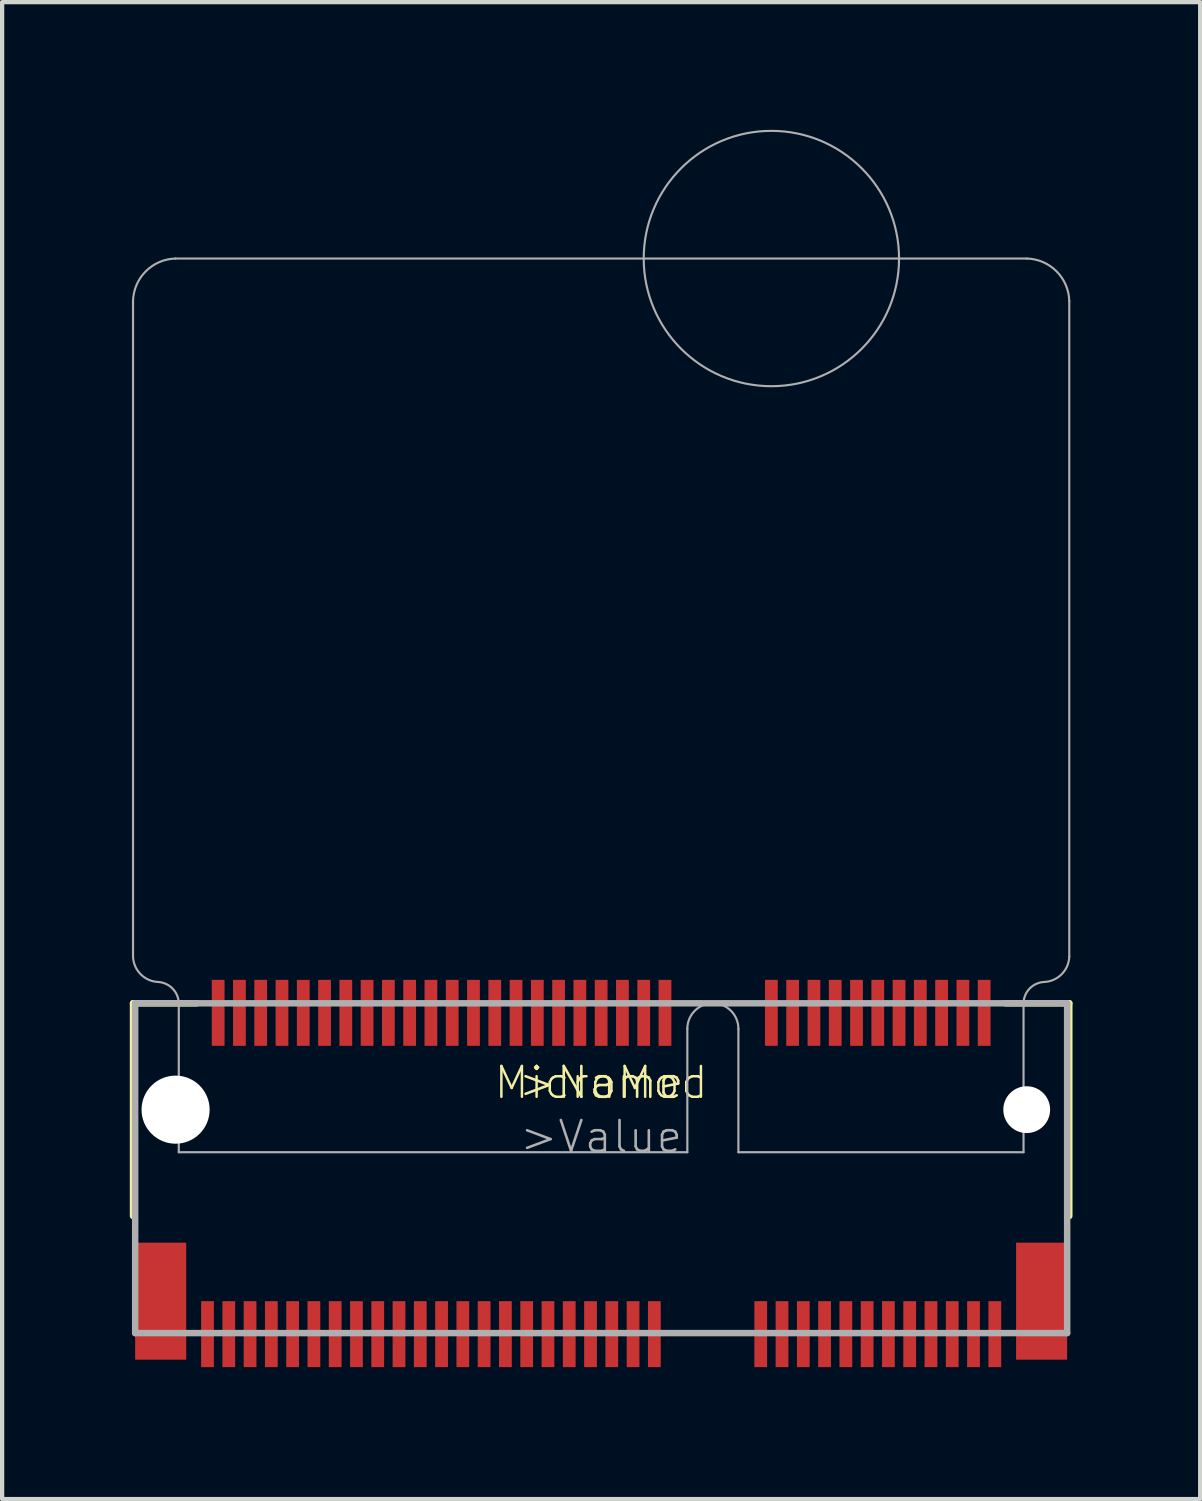
<source format=kicad_pcb>
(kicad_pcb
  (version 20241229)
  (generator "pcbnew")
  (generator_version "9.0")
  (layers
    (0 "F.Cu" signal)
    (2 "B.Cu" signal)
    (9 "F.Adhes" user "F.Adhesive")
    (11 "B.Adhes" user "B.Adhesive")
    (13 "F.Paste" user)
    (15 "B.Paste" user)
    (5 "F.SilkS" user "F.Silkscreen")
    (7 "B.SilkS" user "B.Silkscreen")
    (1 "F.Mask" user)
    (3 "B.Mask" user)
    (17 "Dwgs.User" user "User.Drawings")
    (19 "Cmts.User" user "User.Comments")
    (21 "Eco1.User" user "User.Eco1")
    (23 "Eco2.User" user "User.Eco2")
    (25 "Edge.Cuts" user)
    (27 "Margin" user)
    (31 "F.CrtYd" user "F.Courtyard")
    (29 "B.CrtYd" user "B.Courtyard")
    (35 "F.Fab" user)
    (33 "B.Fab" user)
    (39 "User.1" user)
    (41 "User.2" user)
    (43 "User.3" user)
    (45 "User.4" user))
  (footprint "MicroMod"
    (layer "F.Cu")
    (at 11.076 23.025)
    (property "Reference" "MicroMod" (at 0 -0.635 180) (layer "F.SilkS") (effects (font (size 0.724 0.724) (thickness 0.058))))
    (attr through_hole)
    (fp_line (start -11 2.5) (end -11 -2.5) (stroke (width 0.152) (type solid)) (layer "F.SilkS"))
    (fp_line (start -9.5 -2.5) (end -11 -2.5) (stroke (width 0.152) (type solid)) (layer "F.SilkS"))
    (fp_line (start 11 -2.5) (end 9.5 -2.5) (stroke (width 0.152) (type solid)) (layer "F.SilkS"))
    (fp_line (start 11 2.5) (end 11 -2.5) (stroke (width 0.152) (type solid)) (layer "F.SilkS"))
    (fp_poly (pts (xy -9.4 6.15) (xy -9.1 6.15) (xy -9.1 4.4) (xy -9.4 4.4)) (stroke (width 0) (type solid)) (fill yes) (layer "F.Paste"))
    (fp_poly (pts (xy -9.15 -1.4) (xy -8.85 -1.4) (xy -8.85 -3.15) (xy -9.15 -3.15)) (stroke (width 0) (type solid)) (fill yes) (layer "F.Paste"))
    (fp_poly (pts (xy -8.9 6.15) (xy -8.6 6.15) (xy -8.6 4.4) (xy -8.9 4.4)) (stroke (width 0) (type solid)) (fill yes) (layer "F.Paste"))
    (fp_poly (pts (xy -8.65 -1.4) (xy -8.35 -1.4) (xy -8.35 -3.15) (xy -8.65 -3.15)) (stroke (width 0) (type solid)) (fill yes) (layer "F.Paste"))
    (fp_poly (pts (xy -8.4 6.15) (xy -8.1 6.15) (xy -8.1 4.4) (xy -8.4 4.4)) (stroke (width 0) (type solid)) (fill yes) (layer "F.Paste"))
    (fp_poly (pts (xy -8.15 -1.4) (xy -7.85 -1.4) (xy -7.85 -3.15) (xy -8.15 -3.15)) (stroke (width 0) (type solid)) (fill yes) (layer "F.Paste"))
    (fp_poly (pts (xy -7.9 6.15) (xy -7.6 6.15) (xy -7.6 4.4) (xy -7.9 4.4)) (stroke (width 0) (type solid)) (fill yes) (layer "F.Paste"))
    (fp_poly (pts (xy -7.65 -1.4) (xy -7.35 -1.4) (xy -7.35 -3.15) (xy -7.65 -3.15)) (stroke (width 0) (type solid)) (fill yes) (layer "F.Paste"))
    (fp_poly (pts (xy -7.4 6.15) (xy -7.1 6.15) (xy -7.1 4.4) (xy -7.4 4.4)) (stroke (width 0) (type solid)) (fill yes) (layer "F.Paste"))
    (fp_poly (pts (xy -7.15 -1.4) (xy -6.85 -1.4) (xy -6.85 -3.15) (xy -7.15 -3.15)) (stroke (width 0) (type solid)) (fill yes) (layer "F.Paste"))
    (fp_poly (pts (xy -6.9 6.15) (xy -6.6 6.15) (xy -6.6 4.4) (xy -6.9 4.4)) (stroke (width 0) (type solid)) (fill yes) (layer "F.Paste"))
    (fp_poly (pts (xy -6.65 -1.4) (xy -6.35 -1.4) (xy -6.35 -3.15) (xy -6.65 -3.15)) (stroke (width 0) (type solid)) (fill yes) (layer "F.Paste"))
    (fp_poly (pts (xy -6.4 6.15) (xy -6.1 6.15) (xy -6.1 4.4) (xy -6.4 4.4)) (stroke (width 0) (type solid)) (fill yes) (layer "F.Paste"))
    (fp_poly (pts (xy -6.15 -1.4) (xy -5.85 -1.4) (xy -5.85 -3.15) (xy -6.15 -3.15)) (stroke (width 0) (type solid)) (fill yes) (layer "F.Paste"))
    (fp_poly (pts (xy -5.9 6.15) (xy -5.6 6.15) (xy -5.6 4.4) (xy -5.9 4.4)) (stroke (width 0) (type solid)) (fill yes) (layer "F.Paste"))
    (fp_poly (pts (xy -5.65 -1.4) (xy -5.35 -1.4) (xy -5.35 -3.15) (xy -5.65 -3.15)) (stroke (width 0) (type solid)) (fill yes) (layer "F.Paste"))
    (fp_poly (pts (xy -5.4 6.15) (xy -5.1 6.15) (xy -5.1 4.4) (xy -5.4 4.4)) (stroke (width 0) (type solid)) (fill yes) (layer "F.Paste"))
    (fp_poly (pts (xy -5.15 -1.4) (xy -4.85 -1.4) (xy -4.85 -3.15) (xy -5.15 -3.15)) (stroke (width 0) (type solid)) (fill yes) (layer "F.Paste"))
    (fp_poly (pts (xy -4.9 6.15) (xy -4.6 6.15) (xy -4.6 4.4) (xy -4.9 4.4)) (stroke (width 0) (type solid)) (fill yes) (layer "F.Paste"))
    (fp_poly (pts (xy -4.65 -1.4) (xy -4.35 -1.4) (xy -4.35 -3.15) (xy -4.65 -3.15)) (stroke (width 0) (type solid)) (fill yes) (layer "F.Paste"))
    (fp_poly (pts (xy -4.4 6.15) (xy -4.1 6.15) (xy -4.1 4.4) (xy -4.4 4.4)) (stroke (width 0) (type solid)) (fill yes) (layer "F.Paste"))
    (fp_poly (pts (xy -4.15 -1.4) (xy -3.85 -1.4) (xy -3.85 -3.15) (xy -4.15 -3.15)) (stroke (width 0) (type solid)) (fill yes) (layer "F.Paste"))
    (fp_poly (pts (xy -3.9 6.15) (xy -3.6 6.15) (xy -3.6 4.4) (xy -3.9 4.4)) (stroke (width 0) (type solid)) (fill yes) (layer "F.Paste"))
    (fp_poly (pts (xy -3.65 -1.4) (xy -3.35 -1.4) (xy -3.35 -3.15) (xy -3.65 -3.15)) (stroke (width 0) (type solid)) (fill yes) (layer "F.Paste"))
    (fp_poly (pts (xy -3.4 6.15) (xy -3.1 6.15) (xy -3.1 4.4) (xy -3.4 4.4)) (stroke (width 0) (type solid)) (fill yes) (layer "F.Paste"))
    (fp_poly (pts (xy -3.15 -1.4) (xy -2.85 -1.4) (xy -2.85 -3.15) (xy -3.15 -3.15)) (stroke (width 0) (type solid)) (fill yes) (layer "F.Paste"))
    (fp_poly (pts (xy -2.9 6.15) (xy -2.6 6.15) (xy -2.6 4.4) (xy -2.9 4.4)) (stroke (width 0) (type solid)) (fill yes) (layer "F.Paste"))
    (fp_poly (pts (xy -2.65 -1.4) (xy -2.35 -1.4) (xy -2.35 -3.15) (xy -2.65 -3.15)) (stroke (width 0) (type solid)) (fill yes) (layer "F.Paste"))
    (fp_poly (pts (xy -2.4 6.15) (xy -2.1 6.15) (xy -2.1 4.4) (xy -2.4 4.4)) (stroke (width 0) (type solid)) (fill yes) (layer "F.Paste"))
    (fp_poly (pts (xy -2.15 -1.4) (xy -1.85 -1.4) (xy -1.85 -3.15) (xy -2.15 -3.15)) (stroke (width 0) (type solid)) (fill yes) (layer "F.Paste"))
    (fp_poly (pts (xy -1.9 6.15) (xy -1.6 6.15) (xy -1.6 4.4) (xy -1.9 4.4)) (stroke (width 0) (type solid)) (fill yes) (layer "F.Paste"))
    (fp_poly (pts (xy -1.65 -1.4) (xy -1.35 -1.4) (xy -1.35 -3.15) (xy -1.65 -3.15)) (stroke (width 0) (type solid)) (fill yes) (layer "F.Paste"))
    (fp_poly (pts (xy -1.4 6.15) (xy -1.1 6.15) (xy -1.1 4.4) (xy -1.4 4.4)) (stroke (width 0) (type solid)) (fill yes) (layer "F.Paste"))
    (fp_poly (pts (xy -1.15 -1.4) (xy -0.85 -1.4) (xy -0.85 -3.15) (xy -1.15 -3.15)) (stroke (width 0) (type solid)) (fill yes) (layer "F.Paste"))
    (fp_poly (pts (xy -0.9 6.15) (xy -0.6 6.15) (xy -0.6 4.4) (xy -0.9 4.4)) (stroke (width 0) (type solid)) (fill yes) (layer "F.Paste"))
    (fp_poly (pts (xy -0.65 -1.4) (xy -0.35 -1.4) (xy -0.35 -3.15) (xy -0.65 -3.15)) (stroke (width 0) (type solid)) (fill yes) (layer "F.Paste"))
    (fp_poly (pts (xy -0.4 6.15) (xy -0.1 6.15) (xy -0.1 4.4) (xy -0.4 4.4)) (stroke (width 0) (type solid)) (fill yes) (layer "F.Paste"))
    (fp_poly (pts (xy -0.15 -1.4) (xy 0.15 -1.4) (xy 0.15 -3.15) (xy -0.15 -3.15)) (stroke (width 0) (type solid)) (fill yes) (layer "F.Paste"))
    (fp_poly (pts (xy 0.1 6.15) (xy 0.4 6.15) (xy 0.4 4.4) (xy 0.1 4.4)) (stroke (width 0) (type solid)) (fill yes) (layer "F.Paste"))
    (fp_poly (pts (xy 0.35 -1.4) (xy 0.65 -1.4) (xy 0.65 -3.15) (xy 0.35 -3.15)) (stroke (width 0) (type solid)) (fill yes) (layer "F.Paste"))
    (fp_poly (pts (xy 0.6 6.15) (xy 0.9 6.15) (xy 0.9 4.4) (xy 0.6 4.4)) (stroke (width 0) (type solid)) (fill yes) (layer "F.Paste"))
    (fp_poly (pts (xy 0.85 -1.4) (xy 1.15 -1.4) (xy 1.15 -3.15) (xy 0.85 -3.15)) (stroke (width 0) (type solid)) (fill yes) (layer "F.Paste"))
    (fp_poly (pts (xy 1.1 6.15) (xy 1.4 6.15) (xy 1.4 4.4) (xy 1.1 4.4)) (stroke (width 0) (type solid)) (fill yes) (layer "F.Paste"))
    (fp_poly (pts (xy 1.35 -1.4) (xy 1.65 -1.4) (xy 1.65 -3.15) (xy 1.35 -3.15)) (stroke (width 0) (type solid)) (fill yes) (layer "F.Paste"))
    (fp_poly (pts (xy 3.6 6.15) (xy 3.9 6.15) (xy 3.9 4.4) (xy 3.6 4.4)) (stroke (width 0) (type solid)) (fill yes) (layer "F.Paste"))
    (fp_poly (pts (xy 3.85 -1.4) (xy 4.15 -1.4) (xy 4.15 -3.15) (xy 3.85 -3.15)) (stroke (width 0) (type solid)) (fill yes) (layer "F.Paste"))
    (fp_poly (pts (xy 4.1 6.15) (xy 4.4 6.15) (xy 4.4 4.4) (xy 4.1 4.4)) (stroke (width 0) (type solid)) (fill yes) (layer "F.Paste"))
    (fp_poly (pts (xy 4.35 -1.4) (xy 4.65 -1.4) (xy 4.65 -3.15) (xy 4.35 -3.15)) (stroke (width 0) (type solid)) (fill yes) (layer "F.Paste"))
    (fp_poly (pts (xy 4.6 6.15) (xy 4.9 6.15) (xy 4.9 4.4) (xy 4.6 4.4)) (stroke (width 0) (type solid)) (fill yes) (layer "F.Paste"))
    (fp_poly (pts (xy 4.85 -1.4) (xy 5.15 -1.4) (xy 5.15 -3.15) (xy 4.85 -3.15)) (stroke (width 0) (type solid)) (fill yes) (layer "F.Paste"))
    (fp_poly (pts (xy 5.1 6.15) (xy 5.4 6.15) (xy 5.4 4.4) (xy 5.1 4.4)) (stroke (width 0) (type solid)) (fill yes) (layer "F.Paste"))
    (fp_poly (pts (xy 5.35 -1.4) (xy 5.65 -1.4) (xy 5.65 -3.15) (xy 5.35 -3.15)) (stroke (width 0) (type solid)) (fill yes) (layer "F.Paste"))
    (fp_poly (pts (xy 5.6 6.15) (xy 5.9 6.15) (xy 5.9 4.4) (xy 5.6 4.4)) (stroke (width 0) (type solid)) (fill yes) (layer "F.Paste"))
    (fp_poly (pts (xy 5.85 -1.4) (xy 6.15 -1.4) (xy 6.15 -3.15) (xy 5.85 -3.15)) (stroke (width 0) (type solid)) (fill yes) (layer "F.Paste"))
    (fp_poly (pts (xy 6.1 6.15) (xy 6.4 6.15) (xy 6.4 4.4) (xy 6.1 4.4)) (stroke (width 0) (type solid)) (fill yes) (layer "F.Paste"))
    (fp_poly (pts (xy 6.35 -1.4) (xy 6.65 -1.4) (xy 6.65 -3.15) (xy 6.35 -3.15)) (stroke (width 0) (type solid)) (fill yes) (layer "F.Paste"))
    (fp_poly (pts (xy 6.6 6.15) (xy 6.9 6.15) (xy 6.9 4.4) (xy 6.6 4.4)) (stroke (width 0) (type solid)) (fill yes) (layer "F.Paste"))
    (fp_poly (pts (xy 6.85 -1.4) (xy 7.15 -1.4) (xy 7.15 -3.15) (xy 6.85 -3.15)) (stroke (width 0) (type solid)) (fill yes) (layer "F.Paste"))
    (fp_poly (pts (xy 7.1 6.15) (xy 7.4 6.15) (xy 7.4 4.4) (xy 7.1 4.4)) (stroke (width 0) (type solid)) (fill yes) (layer "F.Paste"))
    (fp_poly (pts (xy 7.35 -1.4) (xy 7.65 -1.4) (xy 7.65 -3.15) (xy 7.35 -3.15)) (stroke (width 0) (type solid)) (fill yes) (layer "F.Paste"))
    (fp_poly (pts (xy 7.6 6.15) (xy 7.9 6.15) (xy 7.9 4.4) (xy 7.6 4.4)) (stroke (width 0) (type solid)) (fill yes) (layer "F.Paste"))
    (fp_poly (pts (xy 7.85 -1.4) (xy 8.15 -1.4) (xy 8.15 -3.15) (xy 7.85 -3.15)) (stroke (width 0) (type solid)) (fill yes) (layer "F.Paste"))
    (fp_poly (pts (xy 8.1 6.15) (xy 8.4 6.15) (xy 8.4 4.4) (xy 8.1 4.4)) (stroke (width 0) (type solid)) (fill yes) (layer "F.Paste"))
    (fp_poly (pts (xy 8.35 -1.4) (xy 8.65 -1.4) (xy 8.65 -3.15) (xy 8.35 -3.15)) (stroke (width 0) (type solid)) (fill yes) (layer "F.Paste"))
    (fp_poly (pts (xy 8.6 6.15) (xy 8.9 6.15) (xy 8.9 4.4) (xy 8.6 4.4)) (stroke (width 0) (type solid)) (fill yes) (layer "F.Paste"))
    (fp_poly (pts (xy 8.85 -1.4) (xy 9.15 -1.4) (xy 9.15 -3.15) (xy 8.85 -3.15)) (stroke (width 0) (type solid)) (fill yes) (layer "F.Paste"))
    (fp_poly (pts (xy 9.1 6.15) (xy 9.4 6.15) (xy 9.4 4.4) (xy 9.1 4.4)) (stroke (width 0) (type solid)) (fill yes) (layer "F.Paste"))
    (fp_line (start -11 -19) (end -11 -3.6) (stroke (width 0.051) (type solid)) (layer "F.Fab"))
    (fp_line (start -10.95 -2.5) (end -10.95 5.25) (stroke (width 0.152) (type solid)) (layer "F.Fab"))
    (fp_line (start -10.95 5.25) (end 10.95 5.25) (stroke (width 0.152) (type solid)) (layer "F.Fab"))
    (fp_line (start -9.925 1) (end -9.925 -2.5) (stroke (width 0.051) (type solid)) (layer "F.Fab"))
    (fp_line (start 2.025 -1.9) (end 2.025 1) (stroke (width 0.051) (type solid)) (layer "F.Fab"))
    (fp_line (start 2.025 1) (end -9.925 1) (stroke (width 0.051) (type solid)) (layer "F.Fab"))
    (fp_line (start 3.225 -1.9) (end 3.225 1) (stroke (width 0.051) (type solid)) (layer "F.Fab"))
    (fp_line (start 9.925 -2.5) (end 9.925 1) (stroke (width 0.051) (type solid)) (layer "F.Fab"))
    (fp_line (start 9.925 1) (end 3.225 1) (stroke (width 0.051) (type solid)) (layer "F.Fab"))
    (fp_line (start 10 -20) (end -10 -20) (stroke (width 0.051) (type solid)) (layer "F.Fab"))
    (fp_line (start 10.95 -2.5) (end -10.95 -2.5) (stroke (width 0.152) (type solid)) (layer "F.Fab"))
    (fp_line (start 10.95 5.25) (end 10.95 -2.5) (stroke (width 0.152) (type solid)) (layer "F.Fab"))
    (fp_line (start 11 -19) (end 11 -3.6) (stroke (width 0.05) (type solid)) (layer "F.Fab"))
    (fp_arc (start -11 -19) (mid -10.7 -19.7) (end -10 -20) (stroke (width 0.05) (type solid)) (layer "F.Fab"))
    (fp_arc (start -10.400001 -2.999999) (mid -10.819362 -3.180638) (end -11 -3.6) (stroke (width 0.05) (type solid)) (layer "F.Fab"))
    (fp_arc (start -10.4 -3) (mid -10.066759 -2.840954) (end -9.925 -2.5) (stroke (width 0.0508) (type solid)) (layer "F.Fab"))
    (fp_arc (start 2.025 -1.9) (mid 2.625 -2.5) (end 3.225 -1.9) (stroke (width 0.0508) (type solid)) (layer "F.Fab"))
    (fp_arc (start 9.925 -2.5) (mid 10.065344 -2.842298) (end 10.4 -3) (stroke (width 0.0508) (type solid)) (layer "F.Fab"))
    (fp_arc (start 10 -20) (mid 10.7 -19.7) (end 11 -19) (stroke (width 0.05) (type solid)) (layer "F.Fab"))
    (fp_arc (start 10.999999 -3.599999) (mid 10.819361 -3.180638) (end 10.4 -3) (stroke (width 0.05) (type solid)) (layer "F.Fab"))
    (fp_circle (center 4 -20) (end 7 -20) (stroke (width 0.05) (type solid)) (fill no) (layer "F.Fab"))
    (fp_text user ">Name" (at 0 -0.635 0) (layer "F.SilkS") (effects (font (size 0.724 0.724) (thickness 0.061))))
    (fp_text user ">Value" (at 0 0.635 0) (layer "F.Fab") (effects (font (size 0.724 0.724) (thickness 0.061))))
    (pad "" np_thru_hole circle (at -10 0) (size 1.6 1.6) (drill 1.6) (layers "*.Cu" "*.Mask"))
    (pad "" np_thru_hole circle (at 10 0) (size 1.1 1.1) (drill 1.1) (layers "*.Cu" "*.Mask"))
    (pad "1" smd rect (at 9.25 5.275 180) (size 0.3 1.55) (layers "F.Cu" "F.Mask"))
    (pad "2" smd rect (at 9 -2.275 180) (size 0.3 1.55) (layers "F.Cu" "F.Mask"))
    (pad "3" smd rect (at 8.75 5.275 180) (size 0.3 1.55) (layers "F.Cu" "F.Mask"))
    (pad "4" smd rect (at 8.5 -2.275 180) (size 0.3 1.55) (layers "F.Cu" "F.Mask"))
    (pad "5" smd rect (at 8.25 5.275 180) (size 0.3 1.55) (layers "F.Cu" "F.Mask"))
    (pad "6" smd rect (at 8 -2.275 180) (size 0.3 1.55) (layers "F.Cu" "F.Mask"))
    (pad "7" smd rect (at 7.75 5.275 180) (size 0.3 1.55) (layers "F.Cu" "F.Mask"))
    (pad "8" smd rect (at 7.5 -2.275 180) (size 0.3 1.55) (layers "F.Cu" "F.Mask"))
    (pad "9" smd rect (at 7.25 5.275 180) (size 0.3 1.55) (layers "F.Cu" "F.Mask"))
    (pad "10" smd rect (at 7 -2.275 180) (size 0.3 1.55) (layers "F.Cu" "F.Mask"))
    (pad "11" smd rect (at 6.75 5.275 180) (size 0.3 1.55) (layers "F.Cu" "F.Mask"))
    (pad "12" smd rect (at 6.5 -2.275 180) (size 0.3 1.55) (layers "F.Cu" "F.Mask"))
    (pad "13" smd rect (at 6.25 5.275 180) (size 0.3 1.55) (layers "F.Cu" "F.Mask"))
    (pad "14" smd rect (at 6 -2.275 180) (size 0.3 1.55) (layers "F.Cu" "F.Mask"))
    (pad "15" smd rect (at 5.75 5.275 180) (size 0.3 1.55) (layers "F.Cu" "F.Mask"))
    (pad "16" smd rect (at 5.5 -2.275 180) (size 0.3 1.55) (layers "F.Cu" "F.Mask"))
    (pad "17" smd rect (at 5.25 5.275 180) (size 0.3 1.55) (layers "F.Cu" "F.Mask"))
    (pad "18" smd rect (at 5 -2.275 180) (size 0.3 1.55) (layers "F.Cu" "F.Mask"))
    (pad "19" smd rect (at 4.75 5.275 180) (size 0.3 1.55) (layers "F.Cu" "F.Mask"))
    (pad "20" smd rect (at 4.5 -2.275 180) (size 0.3 1.55) (layers "F.Cu" "F.Mask"))
    (pad "21" smd rect (at 4.25 5.275 180) (size 0.3 1.55) (layers "F.Cu" "F.Mask"))
    (pad "22" smd rect (at 4 -2.275 180) (size 0.3 1.55) (layers "F.Cu" "F.Mask"))
    (pad "23" smd rect (at 3.75 5.275 180) (size 0.3 1.55) (layers "F.Cu" "F.Mask"))
    (pad "32" smd rect (at 1.5 -2.275 180) (size 0.3 1.55) (layers "F.Cu" "F.Mask"))
    (pad "33" smd rect (at 1.25 5.275 180) (size 0.3 1.55) (layers "F.Cu" "F.Mask"))
    (pad "34" smd rect (at 1 -2.275 180) (size 0.3 1.55) (layers "F.Cu" "F.Mask"))
    (pad "35" smd rect (at 0.75 5.275 180) (size 0.3 1.55) (layers "F.Cu" "F.Mask"))
    (pad "36" smd rect (at 0.5 -2.275 180) (size 0.3 1.55) (layers "F.Cu" "F.Mask"))
    (pad "37" smd rect (at 0.25 5.275 180) (size 0.3 1.55) (layers "F.Cu" "F.Mask"))
    (pad "38" smd rect (at 0 -2.275 180) (size 0.3 1.55) (layers "F.Cu" "F.Mask"))
    (pad "39" smd rect (at -0.25 5.275 180) (size 0.3 1.55) (layers "F.Cu" "F.Mask"))
    (pad "40" smd rect (at -0.5 -2.275 180) (size 0.3 1.55) (layers "F.Cu" "F.Mask"))
    (pad "41" smd rect (at -0.75 5.275 180) (size 0.3 1.55) (layers "F.Cu" "F.Mask"))
    (pad "42" smd rect (at -1 -2.275 180) (size 0.3 1.55) (layers "F.Cu" "F.Mask"))
    (pad "43" smd rect (at -1.25 5.275 180) (size 0.3 1.55) (layers "F.Cu" "F.Mask"))
    (pad "44" smd rect (at -1.5 -2.275 180) (size 0.3 1.55) (layers "F.Cu" "F.Mask"))
    (pad "45" smd rect (at -1.75 5.275 180) (size 0.3 1.55) (layers "F.Cu" "F.Mask"))
    (pad "46" smd rect (at -2 -2.275 180) (size 0.3 1.55) (layers "F.Cu" "F.Mask"))
    (pad "47" smd rect (at -2.25 5.275 180) (size 0.3 1.55) (layers "F.Cu" "F.Mask"))
    (pad "48" smd rect (at -2.5 -2.275 180) (size 0.3 1.55) (layers "F.Cu" "F.Mask"))
    (pad "49" smd rect (at -2.75 5.275 180) (size 0.3 1.55) (layers "F.Cu" "F.Mask"))
    (pad "50" smd rect (at -3 -2.275 180) (size 0.3 1.55) (layers "F.Cu" "F.Mask"))
    (pad "51" smd rect (at -3.25 5.275 180) (size 0.3 1.55) (layers "F.Cu" "F.Mask"))
    (pad "52" smd rect (at -3.5 -2.275 180) (size 0.3 1.55) (layers "F.Cu" "F.Mask"))
    (pad "53" smd rect (at -3.75 5.275 180) (size 0.3 1.55) (layers "F.Cu" "F.Mask"))
    (pad "54" smd rect (at -4 -2.275 180) (size 0.3 1.55) (layers "F.Cu" "F.Mask"))
    (pad "55" smd rect (at -4.25 5.275 180) (size 0.3 1.55) (layers "F.Cu" "F.Mask"))
    (pad "56" smd rect (at -4.5 -2.275 180) (size 0.3 1.55) (layers "F.Cu" "F.Mask"))
    (pad "57" smd rect (at -4.75 5.275 180) (size 0.3 1.55) (layers "F.Cu" "F.Mask"))
    (pad "58" smd rect (at -5 -2.275 180) (size 0.3 1.55) (layers "F.Cu" "F.Mask"))
    (pad "59" smd rect (at -5.25 5.275 180) (size 0.3 1.55) (layers "F.Cu" "F.Mask"))
    (pad "60" smd rect (at -5.5 -2.275 180) (size 0.3 1.55) (layers "F.Cu" "F.Mask"))
    (pad "61" smd rect (at -5.75 5.275 180) (size 0.3 1.55) (layers "F.Cu" "F.Mask"))
    (pad "62" smd rect (at -6 -2.275 180) (size 0.3 1.55) (layers "F.Cu" "F.Mask"))
    (pad "63" smd rect (at -6.25 5.275 180) (size 0.3 1.55) (layers "F.Cu" "F.Mask"))
    (pad "64" smd rect (at -6.5 -2.275 180) (size 0.3 1.55) (layers "F.Cu" "F.Mask"))
    (pad "65" smd rect (at -6.75 5.275 180) (size 0.3 1.55) (layers "F.Cu" "F.Mask"))
    (pad "66" smd rect (at -7 -2.275 180) (size 0.3 1.55) (layers "F.Cu" "F.Mask"))
    (pad "67" smd rect (at -7.25 5.275 180) (size 0.3 1.55) (layers "F.Cu" "F.Mask"))
    (pad "68" smd rect (at -7.5 -2.275 180) (size 0.3 1.55) (layers "F.Cu" "F.Mask"))
    (pad "69" smd rect (at -7.75 5.275 180) (size 0.3 1.55) (layers "F.Cu" "F.Mask"))
    (pad "70" smd rect (at -8 -2.275 180) (size 0.3 1.55) (layers "F.Cu" "F.Mask"))
    (pad "71" smd rect (at -8.25 5.275 180) (size 0.3 1.55) (layers "F.Cu" "F.Mask"))
    (pad "72" smd rect (at -8.5 -2.275 180) (size 0.3 1.55) (layers "F.Cu" "F.Mask"))
    (pad "73" smd rect (at -8.75 5.275 180) (size 0.3 1.55) (layers "F.Cu" "F.Mask"))
    (pad "74" smd rect (at -9 -2.275 180) (size 0.3 1.55) (layers "F.Cu" "F.Mask"))
    (pad "75" smd rect (at -9.25 5.275 180) (size 0.3 1.55) (layers "F.Cu" "F.Mask"))
    (pad "A1" smd rect (at 10.35 4.5 180) (size 1.2 2.75) (layers "F.Cu" "F.Mask" "F.Paste"))
    (pad "A2" smd rect (at -10.35 4.5 180) (size 1.2 2.75) (layers "F.Cu" "F.Mask" "F.Paste")))
  (gr_rect
    (start -3 -3)
    (end 25.152 32.175)
    (stroke (width 0.1) (type default))
    (fill no)
    (layer "Edge.Cuts")))
</source>
